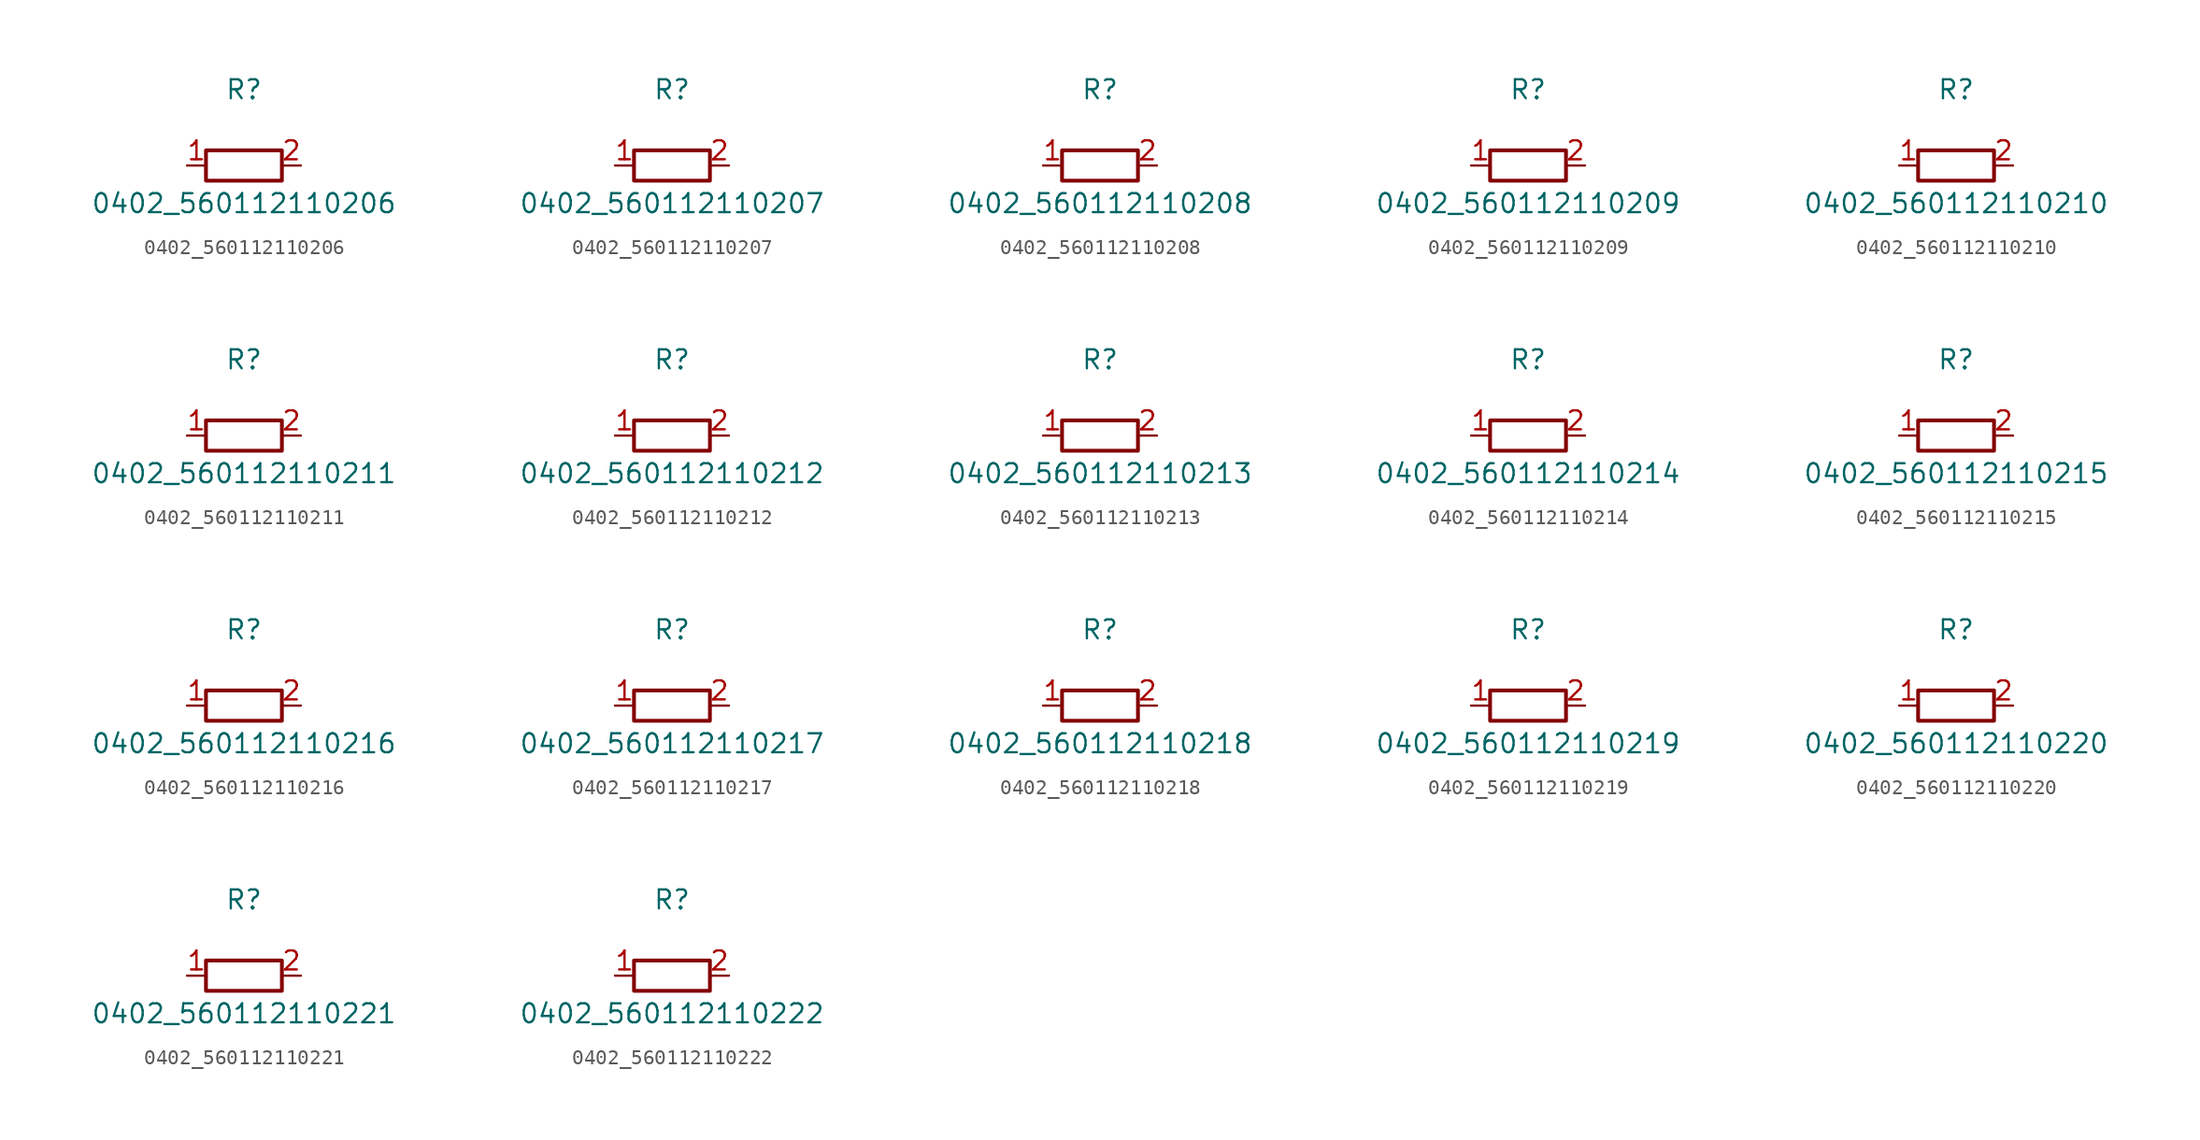
<source format=kicad_sym>
(kicad_symbol_lib
  (version 20220914)
  (generator kicad_symbol_editor)
  (symbol "0402_560112110206"
    (pin_names hide)
    (property "Reference" "R"
      (at 0 5.08 0)
      (effects (font (size 1.27 1.27))))
    (property "Value" "0402_560112110206"
      (at 0 -2.54 0)
      (effects (font (size 1.27 1.27))))
    (symbol "0402_560112110206_0_1"
      (rectangle (start -2.54 -1.016) (end 2.54 1.016) (stroke (width 0.254) (type default)) (fill (type none))))
    (symbol "0402_560112110206_1_1"
      (pin passive line (at -3.81 0 0) (length 1.27) (name "~" (effects (font (size 1.27 1.27)))) (number "1" (effects (font (size 1.27 1.27)))))
      (pin passive line (at 3.81 0 180) (length 1.27) (name "~" (effects (font (size 1.27 1.27)))) (number "2" (effects (font (size 1.27 1.27)))))))
  (symbol "0402_560112110207"
    (pin_names hide)
    (property "Reference" "R"
      (at 0 5.08 0)
      (effects (font (size 1.27 1.27))))
    (property "Value" "0402_560112110207"
      (at 0 -2.54 0)
      (effects (font (size 1.27 1.27))))
    (symbol "0402_560112110207_0_1"
      (rectangle (start -2.54 -1.016) (end 2.54 1.016) (stroke (width 0.254) (type default)) (fill (type none))))
    (symbol "0402_560112110207_1_1"
      (pin passive line (at -3.81 0 0) (length 1.27) (name "~" (effects (font (size 1.27 1.27)))) (number "1" (effects (font (size 1.27 1.27)))))
      (pin passive line (at 3.81 0 180) (length 1.27) (name "~" (effects (font (size 1.27 1.27)))) (number "2" (effects (font (size 1.27 1.27)))))))
  (symbol "0402_560112110208"
    (pin_names hide)
    (property "Reference" "R"
      (at 0 5.08 0)
      (effects (font (size 1.27 1.27))))
    (property "Value" "0402_560112110208"
      (at 0 -2.54 0)
      (effects (font (size 1.27 1.27))))
    (symbol "0402_560112110208_0_1"
      (rectangle (start -2.54 -1.016) (end 2.54 1.016) (stroke (width 0.254) (type default)) (fill (type none))))
    (symbol "0402_560112110208_1_1"
      (pin passive line (at -3.81 0 0) (length 1.27) (name "~" (effects (font (size 1.27 1.27)))) (number "1" (effects (font (size 1.27 1.27)))))
      (pin passive line (at 3.81 0 180) (length 1.27) (name "~" (effects (font (size 1.27 1.27)))) (number "2" (effects (font (size 1.27 1.27)))))))
  (symbol "0402_560112110209"
    (pin_names hide)
    (property "Reference" "R"
      (at 0 5.08 0)
      (effects (font (size 1.27 1.27))))
    (property "Value" "0402_560112110209"
      (at 0 -2.54 0)
      (effects (font (size 1.27 1.27))))
    (symbol "0402_560112110209_0_1"
      (rectangle (start -2.54 -1.016) (end 2.54 1.016) (stroke (width 0.254) (type default)) (fill (type none))))
    (symbol "0402_560112110209_1_1"
      (pin passive line (at -3.81 0 0) (length 1.27) (name "~" (effects (font (size 1.27 1.27)))) (number "1" (effects (font (size 1.27 1.27)))))
      (pin passive line (at 3.81 0 180) (length 1.27) (name "~" (effects (font (size 1.27 1.27)))) (number "2" (effects (font (size 1.27 1.27)))))))
  (symbol "0402_560112110210"
    (pin_names hide)
    (property "Reference" "R"
      (at 0 5.08 0)
      (effects (font (size 1.27 1.27))))
    (property "Value" "0402_560112110210"
      (at 0 -2.54 0)
      (effects (font (size 1.27 1.27))))
    (symbol "0402_560112110210_0_1"
      (rectangle (start -2.54 -1.016) (end 2.54 1.016) (stroke (width 0.254) (type default)) (fill (type none))))
    (symbol "0402_560112110210_1_1"
      (pin passive line (at -3.81 0 0) (length 1.27) (name "~" (effects (font (size 1.27 1.27)))) (number "1" (effects (font (size 1.27 1.27)))))
      (pin passive line (at 3.81 0 180) (length 1.27) (name "~" (effects (font (size 1.27 1.27)))) (number "2" (effects (font (size 1.27 1.27)))))))
  (symbol "0402_560112110211"
    (pin_names hide)
    (property "Reference" "R"
      (at 0 5.08 0)
      (effects (font (size 1.27 1.27))))
    (property "Value" "0402_560112110211"
      (at 0 -2.54 0)
      (effects (font (size 1.27 1.27))))
    (symbol "0402_560112110211_0_1"
      (rectangle (start -2.54 -1.016) (end 2.54 1.016) (stroke (width 0.254) (type default)) (fill (type none))))
    (symbol "0402_560112110211_1_1"
      (pin passive line (at -3.81 0 0) (length 1.27) (name "~" (effects (font (size 1.27 1.27)))) (number "1" (effects (font (size 1.27 1.27)))))
      (pin passive line (at 3.81 0 180) (length 1.27) (name "~" (effects (font (size 1.27 1.27)))) (number "2" (effects (font (size 1.27 1.27)))))))
  (symbol "0402_560112110212"
    (pin_names hide)
    (property "Reference" "R"
      (at 0 5.08 0)
      (effects (font (size 1.27 1.27))))
    (property "Value" "0402_560112110212"
      (at 0 -2.54 0)
      (effects (font (size 1.27 1.27))))
    (symbol "0402_560112110212_0_1"
      (rectangle (start -2.54 -1.016) (end 2.54 1.016) (stroke (width 0.254) (type default)) (fill (type none))))
    (symbol "0402_560112110212_1_1"
      (pin passive line (at -3.81 0 0) (length 1.27) (name "~" (effects (font (size 1.27 1.27)))) (number "1" (effects (font (size 1.27 1.27)))))
      (pin passive line (at 3.81 0 180) (length 1.27) (name "~" (effects (font (size 1.27 1.27)))) (number "2" (effects (font (size 1.27 1.27)))))))
  (symbol "0402_560112110213"
    (pin_names hide)
    (property "Reference" "R"
      (at 0 5.08 0)
      (effects (font (size 1.27 1.27))))
    (property "Value" "0402_560112110213"
      (at 0 -2.54 0)
      (effects (font (size 1.27 1.27))))
    (symbol "0402_560112110213_0_1"
      (rectangle (start -2.54 -1.016) (end 2.54 1.016) (stroke (width 0.254) (type default)) (fill (type none))))
    (symbol "0402_560112110213_1_1"
      (pin passive line (at -3.81 0 0) (length 1.27) (name "~" (effects (font (size 1.27 1.27)))) (number "1" (effects (font (size 1.27 1.27)))))
      (pin passive line (at 3.81 0 180) (length 1.27) (name "~" (effects (font (size 1.27 1.27)))) (number "2" (effects (font (size 1.27 1.27)))))))
  (symbol "0402_560112110214"
    (pin_names hide)
    (property "Reference" "R"
      (at 0 5.08 0)
      (effects (font (size 1.27 1.27))))
    (property "Value" "0402_560112110214"
      (at 0 -2.54 0)
      (effects (font (size 1.27 1.27))))
    (symbol "0402_560112110214_0_1"
      (rectangle (start -2.54 -1.016) (end 2.54 1.016) (stroke (width 0.254) (type default)) (fill (type none))))
    (symbol "0402_560112110214_1_1"
      (pin passive line (at -3.81 0 0) (length 1.27) (name "~" (effects (font (size 1.27 1.27)))) (number "1" (effects (font (size 1.27 1.27)))))
      (pin passive line (at 3.81 0 180) (length 1.27) (name "~" (effects (font (size 1.27 1.27)))) (number "2" (effects (font (size 1.27 1.27)))))))
  (symbol "0402_560112110215"
    (pin_names hide)
    (property "Reference" "R"
      (at 0 5.08 0)
      (effects (font (size 1.27 1.27))))
    (property "Value" "0402_560112110215"
      (at 0 -2.54 0)
      (effects (font (size 1.27 1.27))))
    (symbol "0402_560112110215_0_1"
      (rectangle (start -2.54 -1.016) (end 2.54 1.016) (stroke (width 0.254) (type default)) (fill (type none))))
    (symbol "0402_560112110215_1_1"
      (pin passive line (at -3.81 0 0) (length 1.27) (name "~" (effects (font (size 1.27 1.27)))) (number "1" (effects (font (size 1.27 1.27)))))
      (pin passive line (at 3.81 0 180) (length 1.27) (name "~" (effects (font (size 1.27 1.27)))) (number "2" (effects (font (size 1.27 1.27)))))))
  (symbol "0402_560112110216"
    (pin_names hide)
    (property "Reference" "R"
      (at 0 5.08 0)
      (effects (font (size 1.27 1.27))))
    (property "Value" "0402_560112110216"
      (at 0 -2.54 0)
      (effects (font (size 1.27 1.27))))
    (symbol "0402_560112110216_0_1"
      (rectangle (start -2.54 -1.016) (end 2.54 1.016) (stroke (width 0.254) (type default)) (fill (type none))))
    (symbol "0402_560112110216_1_1"
      (pin passive line (at -3.81 0 0) (length 1.27) (name "~" (effects (font (size 1.27 1.27)))) (number "1" (effects (font (size 1.27 1.27)))))
      (pin passive line (at 3.81 0 180) (length 1.27) (name "~" (effects (font (size 1.27 1.27)))) (number "2" (effects (font (size 1.27 1.27)))))))
  (symbol "0402_560112110217"
    (pin_names hide)
    (property "Reference" "R"
      (at 0 5.08 0)
      (effects (font (size 1.27 1.27))))
    (property "Value" "0402_560112110217"
      (at 0 -2.54 0)
      (effects (font (size 1.27 1.27))))
    (symbol "0402_560112110217_0_1"
      (rectangle (start -2.54 -1.016) (end 2.54 1.016) (stroke (width 0.254) (type default)) (fill (type none))))
    (symbol "0402_560112110217_1_1"
      (pin passive line (at -3.81 0 0) (length 1.27) (name "~" (effects (font (size 1.27 1.27)))) (number "1" (effects (font (size 1.27 1.27)))))
      (pin passive line (at 3.81 0 180) (length 1.27) (name "~" (effects (font (size 1.27 1.27)))) (number "2" (effects (font (size 1.27 1.27)))))))
  (symbol "0402_560112110218"
    (pin_names hide)
    (property "Reference" "R"
      (at 0 5.08 0)
      (effects (font (size 1.27 1.27))))
    (property "Value" "0402_560112110218"
      (at 0 -2.54 0)
      (effects (font (size 1.27 1.27))))
    (symbol "0402_560112110218_0_1"
      (rectangle (start -2.54 -1.016) (end 2.54 1.016) (stroke (width 0.254) (type default)) (fill (type none))))
    (symbol "0402_560112110218_1_1"
      (pin passive line (at -3.81 0 0) (length 1.27) (name "~" (effects (font (size 1.27 1.27)))) (number "1" (effects (font (size 1.27 1.27)))))
      (pin passive line (at 3.81 0 180) (length 1.27) (name "~" (effects (font (size 1.27 1.27)))) (number "2" (effects (font (size 1.27 1.27)))))))
  (symbol "0402_560112110219"
    (pin_names hide)
    (property "Reference" "R"
      (at 0 5.08 0)
      (effects (font (size 1.27 1.27))))
    (property "Value" "0402_560112110219"
      (at 0 -2.54 0)
      (effects (font (size 1.27 1.27))))
    (symbol "0402_560112110219_0_1"
      (rectangle (start -2.54 -1.016) (end 2.54 1.016) (stroke (width 0.254) (type default)) (fill (type none))))
    (symbol "0402_560112110219_1_1"
      (pin passive line (at -3.81 0 0) (length 1.27) (name "~" (effects (font (size 1.27 1.27)))) (number "1" (effects (font (size 1.27 1.27)))))
      (pin passive line (at 3.81 0 180) (length 1.27) (name "~" (effects (font (size 1.27 1.27)))) (number "2" (effects (font (size 1.27 1.27)))))))
  (symbol "0402_560112110220"
    (pin_names hide)
    (property "Reference" "R"
      (at 0 5.08 0)
      (effects (font (size 1.27 1.27))))
    (property "Value" "0402_560112110220"
      (at 0 -2.54 0)
      (effects (font (size 1.27 1.27))))
    (symbol "0402_560112110220_0_1"
      (rectangle (start -2.54 -1.016) (end 2.54 1.016) (stroke (width 0.254) (type default)) (fill (type none))))
    (symbol "0402_560112110220_1_1"
      (pin passive line (at -3.81 0 0) (length 1.27) (name "~" (effects (font (size 1.27 1.27)))) (number "1" (effects (font (size 1.27 1.27)))))
      (pin passive line (at 3.81 0 180) (length 1.27) (name "~" (effects (font (size 1.27 1.27)))) (number "2" (effects (font (size 1.27 1.27)))))))
  (symbol "0402_560112110221"
    (pin_names hide)
    (property "Reference" "R"
      (at 0 5.08 0)
      (effects (font (size 1.27 1.27))))
    (property "Value" "0402_560112110221"
      (at 0 -2.54 0)
      (effects (font (size 1.27 1.27))))
    (symbol "0402_560112110221_0_1"
      (rectangle (start -2.54 -1.016) (end 2.54 1.016) (stroke (width 0.254) (type default)) (fill (type none))))
    (symbol "0402_560112110221_1_1"
      (pin passive line (at -3.81 0 0) (length 1.27) (name "~" (effects (font (size 1.27 1.27)))) (number "1" (effects (font (size 1.27 1.27)))))
      (pin passive line (at 3.81 0 180) (length 1.27) (name "~" (effects (font (size 1.27 1.27)))) (number "2" (effects (font (size 1.27 1.27)))))))
  (symbol "0402_560112110222"
    (pin_names hide)
    (property "Reference" "R"
      (at 0 5.08 0)
      (effects (font (size 1.27 1.27))))
    (property "Value" "0402_560112110222"
      (at 0 -2.54 0)
      (effects (font (size 1.27 1.27))))
    (symbol "0402_560112110222_0_1"
      (rectangle (start -2.54 -1.016) (end 2.54 1.016) (stroke (width 0.254) (type default)) (fill (type none))))
    (symbol "0402_560112110222_1_1"
      (pin passive line (at -3.81 0 0) (length 1.27) (name "~" (effects (font (size 1.27 1.27)))) (number "1" (effects (font (size 1.27 1.27)))))
      (pin passive line (at 3.81 0 180) (length 1.27) (name "~" (effects (font (size 1.27 1.27)))) (number "2" (effects (font (size 1.27 1.27))))))))
</source>
